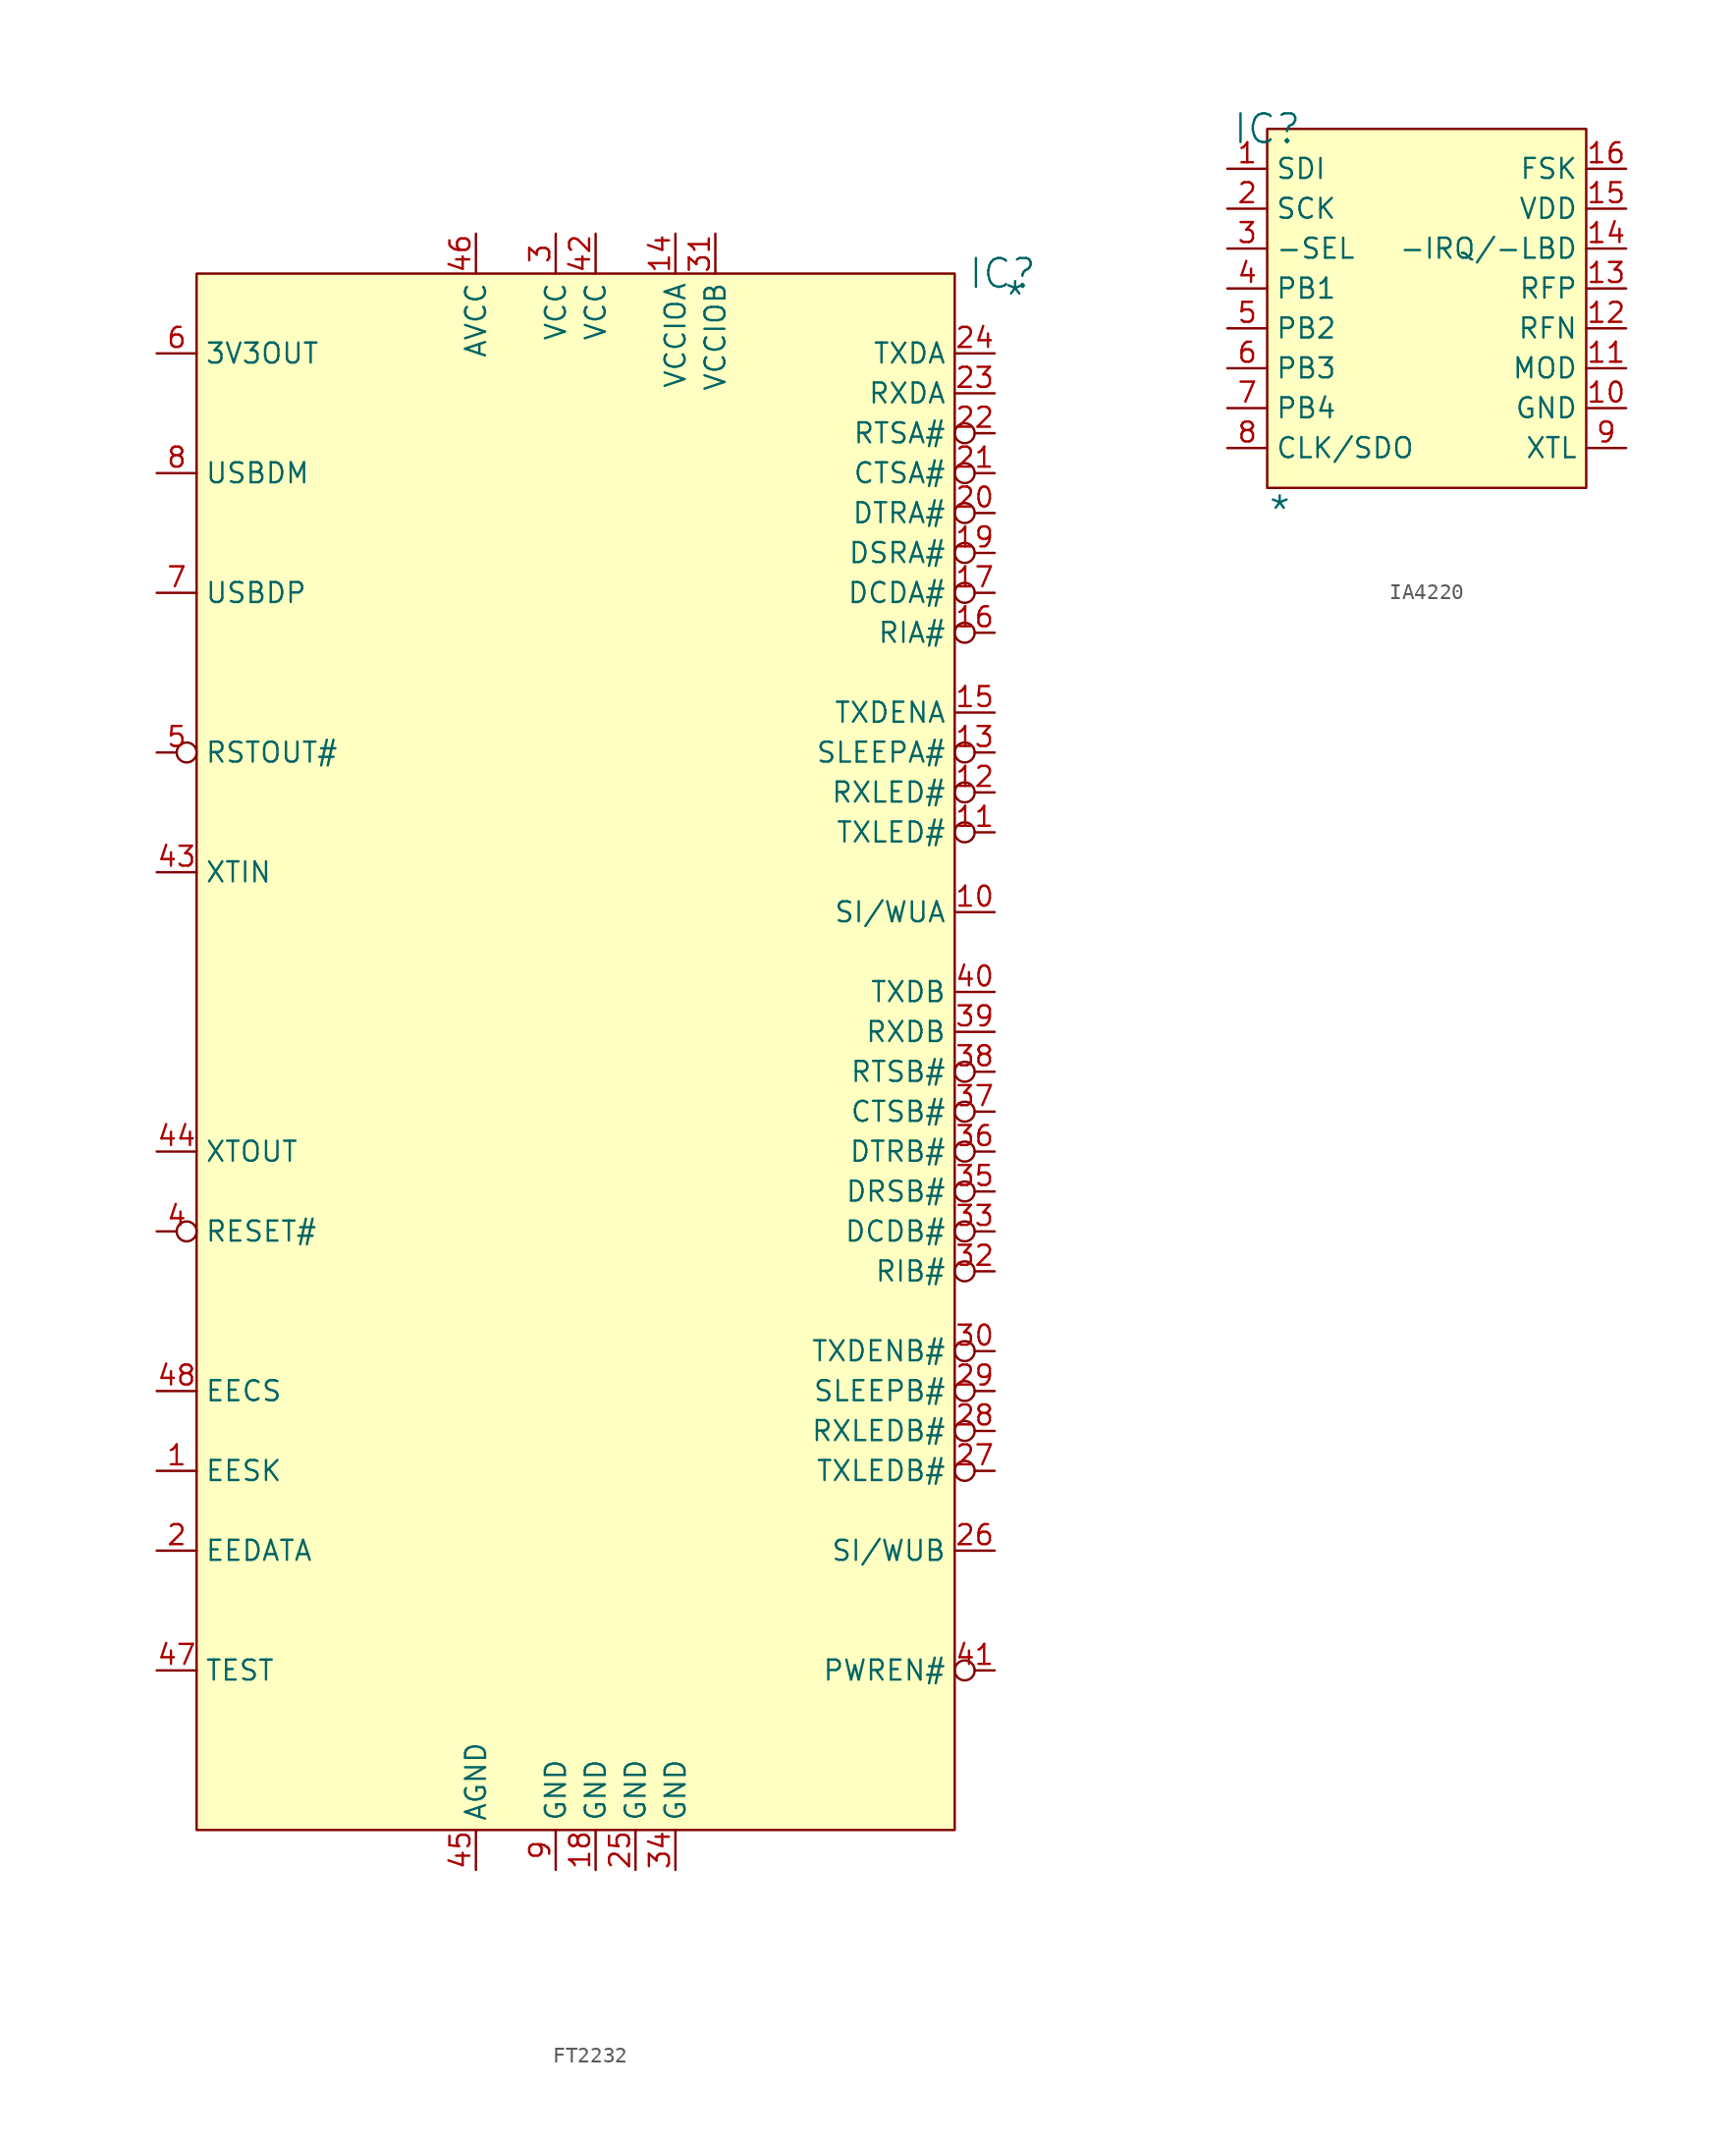
<source format=kicad_sym>
(kicad_symbol_lib
  (version 20241209)
  (generator "kicad_symbol_editor")
  (generator_version "9.0")
  (symbol "FT2232"
    (property "Reference" "IC"
      (at 51.308 0 0)
      (effects (font (size 1.829 1.829))))
    (property "Value" "*"
      (at 51.308 -2.54 0)
      (effects (font (size 1.829 1.829)) (justify left bottom)))
    (symbol "FT2232_1_0"
      (rectangle (start 48.26 0) (end 0 -99.06) (stroke (width 0) (type solid) (color 128 0 0 1)) (fill (type background)))
      (pin passive line (at -2.54 -5.08 0) (length 2.54) (name "3V3OUT" (effects (font (size 1.27 1.27)))) (number "6" (effects (font (size 1.27 1.27)))))
      (pin passive line (at -2.54 -12.7 0) (length 2.54) (name "USBDM" (effects (font (size 1.27 1.27)))) (number "8" (effects (font (size 1.27 1.27)))))
      (pin passive line (at -2.54 -20.32 0) (length 2.54) (name "USBDP" (effects (font (size 1.27 1.27)))) (number "7" (effects (font (size 1.27 1.27)))))
      (pin passive inverted (at -2.54 -30.48 0) (length 2.54) (name "RSTOUT#" (effects (font (size 1.27 1.27)))) (number "5" (effects (font (size 1.27 1.27)))))
      (pin passive line (at -2.54 -38.1 0) (length 2.54) (name "XTIN" (effects (font (size 1.27 1.27)))) (number "43" (effects (font (size 1.27 1.27)))))
      (pin passive line (at -2.54 -55.88 0) (length 2.54) (name "XTOUT" (effects (font (size 1.27 1.27)))) (number "44" (effects (font (size 1.27 1.27)))))
      (pin passive inverted (at -2.54 -60.96 0) (length 2.54) (name "RESET#" (effects (font (size 1.27 1.27)))) (number "4" (effects (font (size 1.27 1.27)))))
      (pin passive line (at -2.54 -71.12 0) (length 2.54) (name "EECS" (effects (font (size 1.27 1.27)))) (number "48" (effects (font (size 1.27 1.27)))))
      (pin passive line (at -2.54 -76.2 0) (length 2.54) (name "EESK" (effects (font (size 1.27 1.27)))) (number "1" (effects (font (size 1.27 1.27)))))
      (pin passive line (at -2.54 -81.28 0) (length 2.54) (name "EEDATA" (effects (font (size 1.27 1.27)))) (number "2" (effects (font (size 1.27 1.27)))))
      (pin passive line (at -2.54 -88.9 0) (length 2.54) (name "TEST" (effects (font (size 1.27 1.27)))) (number "47" (effects (font (size 1.27 1.27)))))
      (pin passive line (at 17.78 2.54 270) (length 2.54) (name "AVCC" (effects (font (size 1.27 1.27)))) (number "46" (effects (font (size 1.27 1.27)))))
      (pin passive line (at 17.78 -101.6 90) (length 2.54) (name "AGND" (effects (font (size 1.27 1.27)))) (number "45" (effects (font (size 1.27 1.27)))))
      (pin passive line (at 22.86 2.54 270) (length 2.54) (name "VCC" (effects (font (size 1.27 1.27)))) (number "3" (effects (font (size 1.27 1.27)))))
      (pin passive line (at 22.86 -101.6 90) (length 2.54) (name "GND" (effects (font (size 1.27 1.27)))) (number "9" (effects (font (size 1.27 1.27)))))
      (pin passive line (at 25.4 2.54 270) (length 2.54) (name "VCC" (effects (font (size 1.27 1.27)))) (number "42" (effects (font (size 1.27 1.27)))))
      (pin passive line (at 25.4 -101.6 90) (length 2.54) (name "GND" (effects (font (size 1.27 1.27)))) (number "18" (effects (font (size 1.27 1.27)))))
      (pin passive line (at 27.94 -101.6 90) (length 2.54) (name "GND" (effects (font (size 1.27 1.27)))) (number "25" (effects (font (size 1.27 1.27)))))
      (pin passive line (at 30.48 2.54 270) (length 2.54) (name "VCCIOA" (effects (font (size 1.27 1.27)))) (number "14" (effects (font (size 1.27 1.27)))))
      (pin passive line (at 30.48 -101.6 90) (length 2.54) (name "GND" (effects (font (size 1.27 1.27)))) (number "34" (effects (font (size 1.27 1.27)))))
      (pin passive line (at 33.02 2.54 270) (length 2.54) (name "VCCIOB" (effects (font (size 1.27 1.27)))) (number "31" (effects (font (size 1.27 1.27)))))
      (pin passive line (at 50.8 -5.08 180) (length 2.54) (name "TXDA" (effects (font (size 1.27 1.27)))) (number "24" (effects (font (size 1.27 1.27)))))
      (pin passive line (at 50.8 -7.62 180) (length 2.54) (name "RXDA" (effects (font (size 1.27 1.27)))) (number "23" (effects (font (size 1.27 1.27)))))
      (pin passive inverted (at 50.8 -10.16 180) (length 2.54) (name "RTSA#" (effects (font (size 1.27 1.27)))) (number "22" (effects (font (size 1.27 1.27)))))
      (pin passive inverted (at 50.8 -12.7 180) (length 2.54) (name "CTSA#" (effects (font (size 1.27 1.27)))) (number "21" (effects (font (size 1.27 1.27)))))
      (pin passive inverted (at 50.8 -15.24 180) (length 2.54) (name "DTRA#" (effects (font (size 1.27 1.27)))) (number "20" (effects (font (size 1.27 1.27)))))
      (pin passive inverted (at 50.8 -17.78 180) (length 2.54) (name "DSRA#" (effects (font (size 1.27 1.27)))) (number "19" (effects (font (size 1.27 1.27)))))
      (pin passive inverted (at 50.8 -20.32 180) (length 2.54) (name "DCDA#" (effects (font (size 1.27 1.27)))) (number "17" (effects (font (size 1.27 1.27)))))
      (pin passive inverted (at 50.8 -22.86 180) (length 2.54) (name "RIA#" (effects (font (size 1.27 1.27)))) (number "16" (effects (font (size 1.27 1.27)))))
      (pin passive line (at 50.8 -27.94 180) (length 2.54) (name "TXDENA" (effects (font (size 1.27 1.27)))) (number "15" (effects (font (size 1.27 1.27)))))
      (pin passive inverted (at 50.8 -30.48 180) (length 2.54) (name "SLEEPA#" (effects (font (size 1.27 1.27)))) (number "13" (effects (font (size 1.27 1.27)))))
      (pin passive inverted (at 50.8 -33.02 180) (length 2.54) (name "RXLED#" (effects (font (size 1.27 1.27)))) (number "12" (effects (font (size 1.27 1.27)))))
      (pin passive inverted (at 50.8 -35.56 180) (length 2.54) (name "TXLED#" (effects (font (size 1.27 1.27)))) (number "11" (effects (font (size 1.27 1.27)))))
      (pin passive line (at 50.8 -40.64 180) (length 2.54) (name "SI/WUA" (effects (font (size 1.27 1.27)))) (number "10" (effects (font (size 1.27 1.27)))))
      (pin passive line (at 50.8 -45.72 180) (length 2.54) (name "TXDB" (effects (font (size 1.27 1.27)))) (number "40" (effects (font (size 1.27 1.27)))))
      (pin passive line (at 50.8 -48.26 180) (length 2.54) (name "RXDB" (effects (font (size 1.27 1.27)))) (number "39" (effects (font (size 1.27 1.27)))))
      (pin passive inverted (at 50.8 -50.8 180) (length 2.54) (name "RTSB#" (effects (font (size 1.27 1.27)))) (number "38" (effects (font (size 1.27 1.27)))))
      (pin passive inverted (at 50.8 -53.34 180) (length 2.54) (name "CTSB#" (effects (font (size 1.27 1.27)))) (number "37" (effects (font (size 1.27 1.27)))))
      (pin passive inverted (at 50.8 -55.88 180) (length 2.54) (name "DTRB#" (effects (font (size 1.27 1.27)))) (number "36" (effects (font (size 1.27 1.27)))))
      (pin passive inverted (at 50.8 -58.42 180) (length 2.54) (name "DRSB#" (effects (font (size 1.27 1.27)))) (number "35" (effects (font (size 1.27 1.27)))))
      (pin passive inverted (at 50.8 -60.96 180) (length 2.54) (name "DCDB#" (effects (font (size 1.27 1.27)))) (number "33" (effects (font (size 1.27 1.27)))))
      (pin passive inverted (at 50.8 -63.5 180) (length 2.54) (name "RIB#" (effects (font (size 1.27 1.27)))) (number "32" (effects (font (size 1.27 1.27)))))
      (pin passive inverted (at 50.8 -68.58 180) (length 2.54) (name "TXDENB#" (effects (font (size 1.27 1.27)))) (number "30" (effects (font (size 1.27 1.27)))))
      (pin passive inverted (at 50.8 -71.12 180) (length 2.54) (name "SLEEPB#" (effects (font (size 1.27 1.27)))) (number "29" (effects (font (size 1.27 1.27)))))
      (pin passive inverted (at 50.8 -73.66 180) (length 2.54) (name "RXLEDB#" (effects (font (size 1.27 1.27)))) (number "28" (effects (font (size 1.27 1.27)))))
      (pin passive inverted (at 50.8 -76.2 180) (length 2.54) (name "TXLEDB#" (effects (font (size 1.27 1.27)))) (number "27" (effects (font (size 1.27 1.27)))))
      (pin passive line (at 50.8 -81.28 180) (length 2.54) (name "SI/WUB" (effects (font (size 1.27 1.27)))) (number "26" (effects (font (size 1.27 1.27)))))
      (pin passive inverted (at 50.8 -88.9 180) (length 2.54) (name "PWREN#" (effects (font (size 1.27 1.27)))) (number "41" (effects (font (size 1.27 1.27)))))))
  (symbol "IA4220"
    (property "Reference" "IC"
      (at 0 0 0)
      (effects (font (size 1.829 1.829))))
    (property "Value" "*"
      (at 0 -25.4 0)
      (effects (font (size 1.829 1.829)) (justify left bottom)))
    (symbol "IA4220_1_0"
      (rectangle (start 20.32 0) (end 0 -22.86) (stroke (width 0) (type solid) (color 128 0 0 1)) (fill (type background)))
      (pin passive line (at -2.54 -2.54 0) (length 2.54) (name "SDI" (effects (font (size 1.27 1.27)))) (number "1" (effects (font (size 1.27 1.27)))))
      (pin passive line (at -2.54 -5.08 0) (length 2.54) (name "SCK" (effects (font (size 1.27 1.27)))) (number "2" (effects (font (size 1.27 1.27)))))
      (pin passive line (at -2.54 -7.62 0) (length 2.54) (name "-SEL" (effects (font (size 1.27 1.27)))) (number "3" (effects (font (size 1.27 1.27)))))
      (pin passive line (at -2.54 -10.16 0) (length 2.54) (name "PB1" (effects (font (size 1.27 1.27)))) (number "4" (effects (font (size 1.27 1.27)))))
      (pin passive line (at -2.54 -12.7 0) (length 2.54) (name "PB2" (effects (font (size 1.27 1.27)))) (number "5" (effects (font (size 1.27 1.27)))))
      (pin passive line (at -2.54 -15.24 0) (length 2.54) (name "PB3" (effects (font (size 1.27 1.27)))) (number "6" (effects (font (size 1.27 1.27)))))
      (pin passive line (at -2.54 -17.78 0) (length 2.54) (name "PB4" (effects (font (size 1.27 1.27)))) (number "7" (effects (font (size 1.27 1.27)))))
      (pin passive line (at -2.54 -20.32 0) (length 2.54) (name "CLK/SDO" (effects (font (size 1.27 1.27)))) (number "8" (effects (font (size 1.27 1.27)))))
      (pin passive line (at 22.86 -2.54 180) (length 2.54) (name "FSK" (effects (font (size 1.27 1.27)))) (number "16" (effects (font (size 1.27 1.27)))))
      (pin passive line (at 22.86 -5.08 180) (length 2.54) (name "VDD" (effects (font (size 1.27 1.27)))) (number "15" (effects (font (size 1.27 1.27)))))
      (pin passive line (at 22.86 -7.62 180) (length 2.54) (name "-IRQ/-LBD" (effects (font (size 1.27 1.27)))) (number "14" (effects (font (size 1.27 1.27)))))
      (pin passive line (at 22.86 -10.16 180) (length 2.54) (name "RFP" (effects (font (size 1.27 1.27)))) (number "13" (effects (font (size 1.27 1.27)))))
      (pin passive line (at 22.86 -12.7 180) (length 2.54) (name "RFN" (effects (font (size 1.27 1.27)))) (number "12" (effects (font (size 1.27 1.27)))))
      (pin passive line (at 22.86 -15.24 180) (length 2.54) (name "MOD" (effects (font (size 1.27 1.27)))) (number "11" (effects (font (size 1.27 1.27)))))
      (pin passive line (at 22.86 -17.78 180) (length 2.54) (name "GND" (effects (font (size 1.27 1.27)))) (number "10" (effects (font (size 1.27 1.27)))))
      (pin passive line (at 22.86 -20.32 180) (length 2.54) (name "XTL" (effects (font (size 1.27 1.27)))) (number "9" (effects (font (size 1.27 1.27))))))))
</source>
